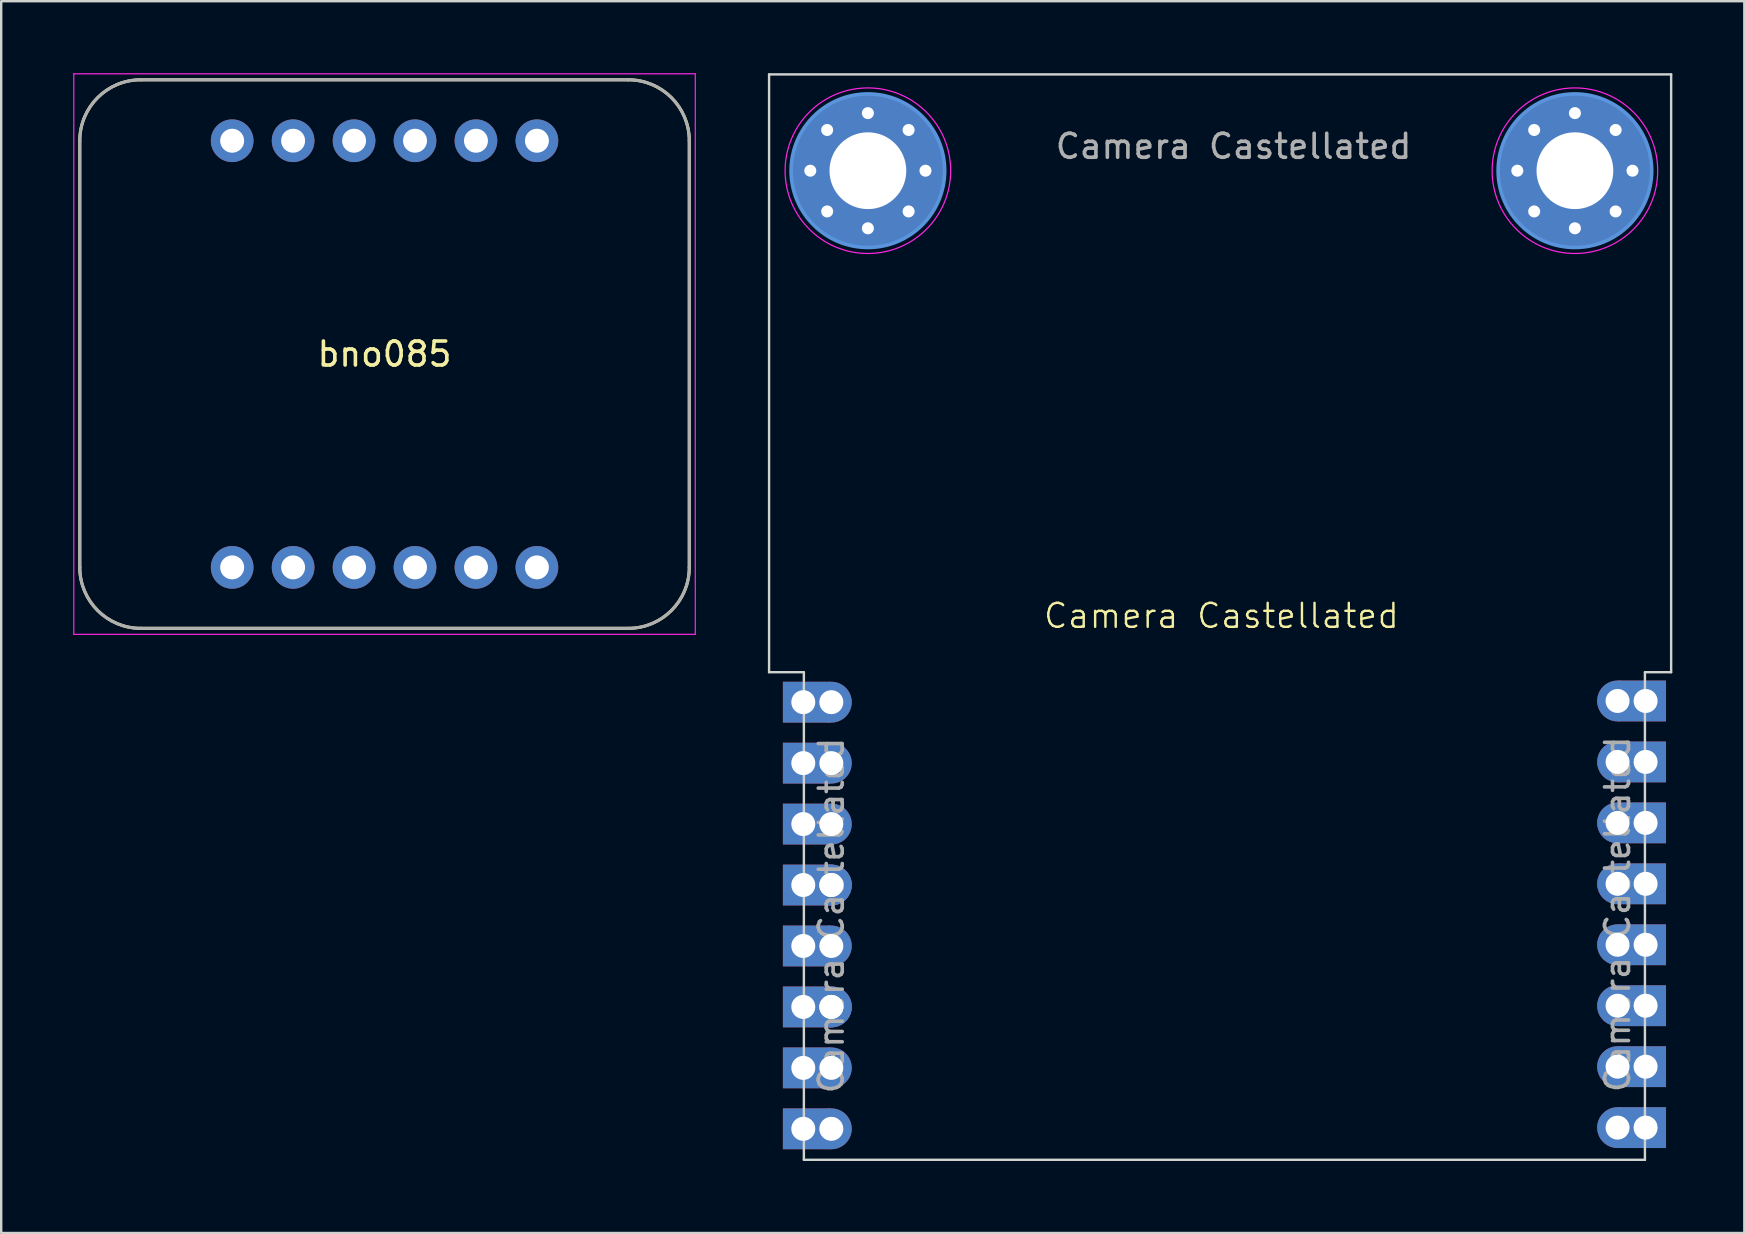
<source format=kicad_pcb>
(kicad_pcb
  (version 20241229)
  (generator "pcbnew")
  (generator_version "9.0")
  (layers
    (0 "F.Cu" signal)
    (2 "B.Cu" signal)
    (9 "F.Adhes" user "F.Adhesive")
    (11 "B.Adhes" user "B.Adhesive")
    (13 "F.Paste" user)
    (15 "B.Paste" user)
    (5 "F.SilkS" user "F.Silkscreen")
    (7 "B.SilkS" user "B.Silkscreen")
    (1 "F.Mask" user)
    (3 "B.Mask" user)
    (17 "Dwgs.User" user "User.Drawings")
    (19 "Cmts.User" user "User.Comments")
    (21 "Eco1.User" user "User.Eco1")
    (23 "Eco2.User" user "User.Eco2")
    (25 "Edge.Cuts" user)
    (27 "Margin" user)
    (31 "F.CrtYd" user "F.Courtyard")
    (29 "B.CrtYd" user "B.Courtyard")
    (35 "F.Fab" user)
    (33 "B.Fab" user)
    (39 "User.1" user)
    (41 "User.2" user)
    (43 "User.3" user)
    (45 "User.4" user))
  (footprint "Camera Castellated"
    (layer "F.Cu")
    (at 47.85 23.114)
    (property "Reference" "Camera Castellated" (at 0 -0.5 0) (unlocked yes) (layer "F.SilkS") (effects (font (size 1 1) (thickness 0.1))))
    (attr through_hole)
    (fp_circle (center -14.732 -19.05) (end -11.532 -19.05) (stroke (width 0.15) (type solid)) (fill no) (layer "Cmts.User"))
    (fp_circle (center 14.732 -19.05) (end 17.932 -19.05) (stroke (width 0.15) (type solid)) (fill no) (layer "Cmts.User"))
    (fp_line (start -18.85 -23.064) (end -18.85 1.85) (stroke (width 0.1) (type default)) (layer "Edge.Cuts"))
    (fp_line (start -18.85 1.85) (end -17.4 1.85) (stroke (width 0.1) (type default)) (layer "Edge.Cuts"))
    (fp_line (start -17.4 22.17) (end -17.4 1.85) (stroke (width 0.1) (type solid)) (layer "Edge.Cuts"))
    (fp_line (start 17.65 22.17) (end -17.4 22.17) (stroke (width 0.1) (type default)) (layer "Edge.Cuts"))
    (fp_line (start 17.65 22.17) (end 17.65 1.85) (stroke (width 0.1) (type solid)) (layer "Edge.Cuts"))
    (fp_line (start 18.742 -23.064) (end -18.85 -23.064) (stroke (width 0.1) (type default)) (layer "Edge.Cuts"))
    (fp_line (start 18.742 -23.064) (end 18.742 1.85) (stroke (width 0.1) (type default)) (layer "Edge.Cuts"))
    (fp_line (start 18.742 1.85) (end 17.65 1.85) (stroke (width 0.1) (type default)) (layer "Edge.Cuts"))
    (fp_circle (center -14.732 -19.05) (end -11.282 -19.05) (stroke (width 0.05) (type solid)) (fill no) (layer "F.CrtYd"))
    (fp_circle (center 14.732 -19.05) (end 18.182 -19.05) (stroke (width 0.05) (type solid)) (fill no) (layer "F.CrtYd"))
    (fp_text user "${REFERENCE}" (at -16.256 11.988 90) (layer "F.Fab") (effects (font (size 1 1) (thickness 0.15))))
    (fp_text user "${REFERENCE}" (at 16.51 11.938 90) (layer "F.Fab") (effects (font (size 1 1) (thickness 0.15))))
    (fp_text user "${REFERENCE}" (at 0.508 -20.066 0) (unlocked yes) (layer "F.Fab") (effects (font (size 1 1) (thickness 0.15))))
    (pad "0" thru_hole circle (at -17.132 -19.05) (size 0.8 0.8) (drill 0.5) (layers "*.Cu" "*.Mask"))
    (pad "0" thru_hole circle (at -16.429 -20.747) (size 0.8 0.8) (drill 0.5) (layers "*.Cu" "*.Mask"))
    (pad "0" thru_hole circle (at -16.429 -17.353) (size 0.8 0.8) (drill 0.5) (layers "*.Cu" "*.Mask"))
    (pad "0" thru_hole circle (at -14.732 -21.45) (size 0.8 0.8) (drill 0.5) (layers "*.Cu" "*.Mask"))
    (pad "0" thru_hole circle (at -14.732 -19.05) (size 6.4 6.4) (drill 3.2) (layers "*.Cu" "*.Mask"))
    (pad "0" thru_hole circle (at -14.732 -16.65) (size 0.8 0.8) (drill 0.5) (layers "*.Cu" "*.Mask"))
    (pad "0" thru_hole circle (at -13.035 -20.747) (size 0.8 0.8) (drill 0.5) (layers "*.Cu" "*.Mask"))
    (pad "0" thru_hole circle (at -13.035 -17.353) (size 0.8 0.8) (drill 0.5) (layers "*.Cu" "*.Mask"))
    (pad "0" thru_hole circle (at -12.332 -19.05) (size 0.8 0.8) (drill 0.5) (layers "*.Cu" "*.Mask"))
    (pad "0" thru_hole circle (at 12.332 -19.05) (size 0.8 0.8) (drill 0.5) (layers "*.Cu" "*.Mask"))
    (pad "0" thru_hole circle (at 13.035 -20.747) (size 0.8 0.8) (drill 0.5) (layers "*.Cu" "*.Mask"))
    (pad "0" thru_hole circle (at 13.035 -17.353) (size 0.8 0.8) (drill 0.5) (layers "*.Cu" "*.Mask"))
    (pad "0" thru_hole circle (at 14.732 -21.45) (size 0.8 0.8) (drill 0.5) (layers "*.Cu" "*.Mask"))
    (pad "0" thru_hole circle (at 14.732 -19.05) (size 6.4 6.4) (drill 3.2) (layers "*.Cu" "*.Mask"))
    (pad "0" thru_hole circle (at 14.732 -16.65) (size 0.8 0.8) (drill 0.5) (layers "*.Cu" "*.Mask"))
    (pad "0" thru_hole circle (at 16.429 -20.747) (size 0.8 0.8) (drill 0.5) (layers "*.Cu" "*.Mask"))
    (pad "0" thru_hole circle (at 16.429 -17.353) (size 0.8 0.8) (drill 0.5) (layers "*.Cu" "*.Mask"))
    (pad "0" thru_hole circle (at 17.132 -19.05) (size 0.8 0.8) (drill 0.5) (layers "*.Cu" "*.Mask"))
    (pad "1" thru_hole rect (at -17.424 3.098) (size 1.982 1.7) (drill 1 (offset 0.141 0)) (property pad_prop_castellated) (layers "*.Cu" "*.Mask"))
    (pad "1" thru_hole circle (at -16.256 3.098) (size 1.7 1.7) (drill 1) (layers "*.Cu" "*.Mask"))
    (pad "1" thru_hole circle (at -16.256 10.718) (size 1.7 1.7) (drill 1) (layers "*.Cu" "*.Mask"))
    (pad "1" thru_hole circle (at -16.256 15.798) (size 1.7 1.7) (drill 1) (layers "*.Cu" "*.Mask"))
    (pad "2" thru_hole rect (at -17.424 5.638) (size 1.982 1.7) (drill 1 (offset 0.141 0)) (property pad_prop_castellated) (layers "*.Cu" "*.Mask"))
    (pad "2" thru_hole oval (at -16.256 5.638) (size 1.7 1.7) (drill 1) (layers "*.Cu" "*.Mask"))
    (pad "3" thru_hole rect (at -17.424 8.178) (size 1.982 1.7) (drill 1 (offset 0.141 0)) (property pad_prop_castellated) (layers "*.Cu" "*.Mask"))
    (pad "3" thru_hole oval (at -16.256 8.178) (size 1.7 1.7) (drill 1) (layers "*.Cu" "*.Mask"))
    (pad "4" thru_hole rect (at -17.424 10.718) (size 1.982 1.7) (drill 1 (offset 0.141 0)) (property pad_prop_castellated) (layers "*.Cu" "*.Mask"))
    (pad "4" thru_hole oval (at -16.256 10.718) (size 1.7 1.7) (drill 1) (layers "*.Cu" "*.Mask"))
    (pad "5" thru_hole rect (at -17.424 13.258) (size 1.982 1.7) (drill 1 (offset 0.141 0)) (property pad_prop_castellated) (layers "*.Cu" "*.Mask"))
    (pad "5" thru_hole oval (at -16.256 13.258) (size 1.7 1.7) (drill 1) (layers "*.Cu" "*.Mask"))
    (pad "6" thru_hole rect (at -17.424 15.798) (size 1.982 1.7) (drill 1 (offset 0.141 0)) (property pad_prop_castellated) (layers "*.Cu" "*.Mask"))
    (pad "6" thru_hole oval (at -16.256 15.798) (size 1.7 1.7) (drill 1) (layers "*.Cu" "*.Mask"))
    (pad "7" thru_hole rect (at -17.424 18.338) (size 1.982 1.7) (drill 1 (offset 0.141 0)) (property pad_prop_castellated) (layers "*.Cu" "*.Mask"))
    (pad "7" thru_hole oval (at -16.256 18.338) (size 1.7 1.7) (drill 1) (layers "*.Cu" "*.Mask"))
    (pad "8" thru_hole rect (at -17.424 20.878) (size 1.982 1.7) (drill 1 (offset 0.141 0)) (property pad_prop_castellated) (layers "*.Cu" "*.Mask"))
    (pad "8" thru_hole oval (at -16.256 20.878) (size 1.7 1.7) (drill 1) (layers "*.Cu" "*.Mask"))
    (pad "9" thru_hole oval (at 16.51 20.828) (size 1.7 1.7) (drill 1) (layers "*.Cu" "*.Mask"))
    (pad "9" thru_hole rect (at 17.678 20.828 180) (size 1.982 1.7) (drill 1 (offset 0.141 0)) (property pad_prop_castellated) (layers "*.Cu" "*.Mask"))
    (pad "10" thru_hole oval (at 16.51 18.288) (size 1.7 1.7) (drill 1) (layers "*.Cu" "*.Mask"))
    (pad "10" thru_hole rect (at 17.678 18.288 180) (size 1.982 1.7) (drill 1 (offset 0.141 0)) (property pad_prop_castellated) (layers "*.Cu" "*.Mask"))
    (pad "11" thru_hole oval (at 16.51 15.748) (size 1.7 1.7) (drill 1) (layers "*.Cu" "*.Mask"))
    (pad "11" thru_hole rect (at 17.678 15.748 180) (size 1.982 1.7) (drill 1 (offset 0.141 0)) (property pad_prop_castellated) (layers "*.Cu" "*.Mask"))
    (pad "12" thru_hole oval (at 16.51 13.208) (size 1.7 1.7) (drill 1) (layers "*.Cu" "*.Mask"))
    (pad "12" thru_hole rect (at 17.678 13.208 180) (size 1.982 1.7) (drill 1 (offset 0.141 0)) (property pad_prop_castellated) (layers "*.Cu" "*.Mask"))
    (pad "13" thru_hole oval (at 16.51 10.668) (size 1.7 1.7) (drill 1) (layers "*.Cu" "*.Mask"))
    (pad "13" thru_hole rect (at 17.678 10.668 180) (size 1.982 1.7) (drill 1 (offset 0.141 0)) (property pad_prop_castellated) (layers "*.Cu" "*.Mask"))
    (pad "14" thru_hole oval (at 16.51 8.128) (size 1.7 1.7) (drill 1) (layers "*.Cu" "*.Mask"))
    (pad "14" thru_hole rect (at 17.678 8.128 180) (size 1.982 1.7) (drill 1 (offset 0.141 0)) (property pad_prop_castellated) (layers "*.Cu" "*.Mask"))
    (pad "15" thru_hole oval (at 16.51 5.588) (size 1.7 1.7) (drill 1) (layers "*.Cu" "*.Mask"))
    (pad "15" thru_hole rect (at 17.678 5.588 180) (size 1.982 1.7) (drill 1 (offset 0.141 0)) (property pad_prop_castellated) (layers "*.Cu" "*.Mask"))
    (pad "16" thru_hole circle (at 16.51 3.048) (size 1.7 1.7) (drill 1) (layers "*.Cu" "*.Mask"))
    (pad "16" thru_hole rect (at 17.678 3.048 180) (size 1.982 1.7) (drill 1 (offset 0.141 0)) (property pad_prop_castellated) (layers "*.Cu" "*.Mask")))
  (footprint "bno085"
    (layer "F.Cu")
    (at 12.975 11.705)
    (property "Reference" "bno085" (at 0 0 0) (layer "F.SilkS") (effects (font (size 1 1) (thickness 0.15))))
    (attr through_hole)
    (fp_line (start -12.7 -8.89) (end -12.7 8.89) (stroke (width 0.127) (type solid)) (layer "F.SilkS"))
    (fp_line (start -10.16 11.43) (end 10.16 11.43) (stroke (width 0.127) (type solid)) (layer "F.SilkS"))
    (fp_line (start 10.16 -11.43) (end -10.16 -11.43) (stroke (width 0.127) (type solid)) (layer "F.SilkS"))
    (fp_line (start 12.7 8.89) (end 12.7 -8.89) (stroke (width 0.127) (type solid)) (layer "F.SilkS"))
    (fp_arc (start -12.7 -8.89) (mid -11.956051 -10.686051) (end -10.16 -11.43) (stroke (width 0.127) (type solid)) (layer "F.SilkS"))
    (fp_arc (start -10.16 11.43) (mid -11.956051 10.686051) (end -12.7 8.89) (stroke (width 0.127) (type solid)) (layer "F.SilkS"))
    (fp_arc (start 10.16 -11.43) (mid 11.956051 -10.686051) (end 12.7 -8.89) (stroke (width 0.127) (type solid)) (layer "F.SilkS"))
    (fp_arc (start 12.7 8.89) (mid 11.956051 10.686051) (end 10.16 11.43) (stroke (width 0.127) (type solid)) (layer "F.SilkS"))
    (fp_line (start -12.95 -11.68) (end -12.95 11.68) (stroke (width 0.05) (type solid)) (layer "F.CrtYd"))
    (fp_line (start -12.95 11.68) (end 12.95 11.68) (stroke (width 0.05) (type solid)) (layer "F.CrtYd"))
    (fp_line (start 12.95 -11.68) (end -12.95 -11.68) (stroke (width 0.05) (type solid)) (layer "F.CrtYd"))
    (fp_line (start 12.95 11.68) (end 12.95 -11.68) (stroke (width 0.05) (type solid)) (layer "F.CrtYd"))
    (fp_line (start -12.7 -8.89) (end -12.7 8.89) (stroke (width 0.127) (type solid)) (layer "F.Fab"))
    (fp_line (start -10.16 11.43) (end 10.16 11.43) (stroke (width 0.127) (type solid)) (layer "F.Fab"))
    (fp_line (start 10.16 -11.43) (end -10.16 -11.43) (stroke (width 0.127) (type solid)) (layer "F.Fab"))
    (fp_line (start 12.7 8.89) (end 12.7 -8.89) (stroke (width 0.127) (type solid)) (layer "F.Fab"))
    (fp_arc (start -12.7 -8.89) (mid -11.956051 -10.686051) (end -10.16 -11.43) (stroke (width 0.127) (type solid)) (layer "F.Fab"))
    (fp_arc (start -10.16 11.43) (mid -11.956051 10.686051) (end -12.7 8.89) (stroke (width 0.127) (type solid)) (layer "F.Fab"))
    (fp_arc (start 10.16 -11.43) (mid 11.956051 -10.686051) (end 12.7 -8.89) (stroke (width 0.127) (type solid)) (layer "F.Fab"))
    (fp_arc (start 12.7 8.89) (mid 11.956051 10.686051) (end 10.16 11.43) (stroke (width 0.127) (type solid)) (layer "F.Fab"))
    (pad "JP1_1" thru_hole circle (at -6.35 8.89) (size 1.778 1.778) (drill 1) (layers "*.Cu" "*.Mask"))
    (pad "JP1_2" thru_hole circle (at -3.81 8.89) (size 1.778 1.778) (drill 1) (layers "*.Cu" "*.Mask"))
    (pad "JP1_3" thru_hole circle (at -1.27 8.89) (size 1.778 1.778) (drill 1) (layers "*.Cu" "*.Mask"))
    (pad "JP1_4" thru_hole circle (at 1.27 8.89) (size 1.778 1.778) (drill 1) (layers "*.Cu" "*.Mask"))
    (pad "JP1_5" thru_hole circle (at 3.81 8.89) (size 1.778 1.778) (drill 1) (layers "*.Cu" "*.Mask"))
    (pad "JP1_6" thru_hole circle (at 6.35 8.89) (size 1.778 1.778) (drill 1) (layers "*.Cu" "*.Mask"))
    (pad "JP2_1" thru_hole circle (at -6.35 -8.89) (size 1.778 1.778) (drill 1) (layers "*.Cu" "*.Mask"))
    (pad "JP2_2" thru_hole circle (at -3.81 -8.89) (size 1.778 1.778) (drill 1) (layers "*.Cu" "*.Mask"))
    (pad "JP2_3" thru_hole circle (at -1.27 -8.89) (size 1.778 1.778) (drill 1) (layers "*.Cu" "*.Mask"))
    (pad "JP2_4" thru_hole circle (at 1.27 -8.89) (size 1.778 1.778) (drill 1) (layers "*.Cu" "*.Mask"))
    (pad "JP2_5" thru_hole circle (at 3.81 -8.89) (size 1.778 1.778) (drill 1) (layers "*.Cu" "*.Mask"))
    (pad "JP2_6" thru_hole circle (at 6.35 -8.89) (size 1.778 1.778) (drill 1) (layers "*.Cu" "*.Mask")))
  (gr_rect
    (start -3 -3)
    (end 69.642 48.334)
    (stroke (width 0.1) (type default))
    (fill no)
    (layer "Edge.Cuts")))
</source>
